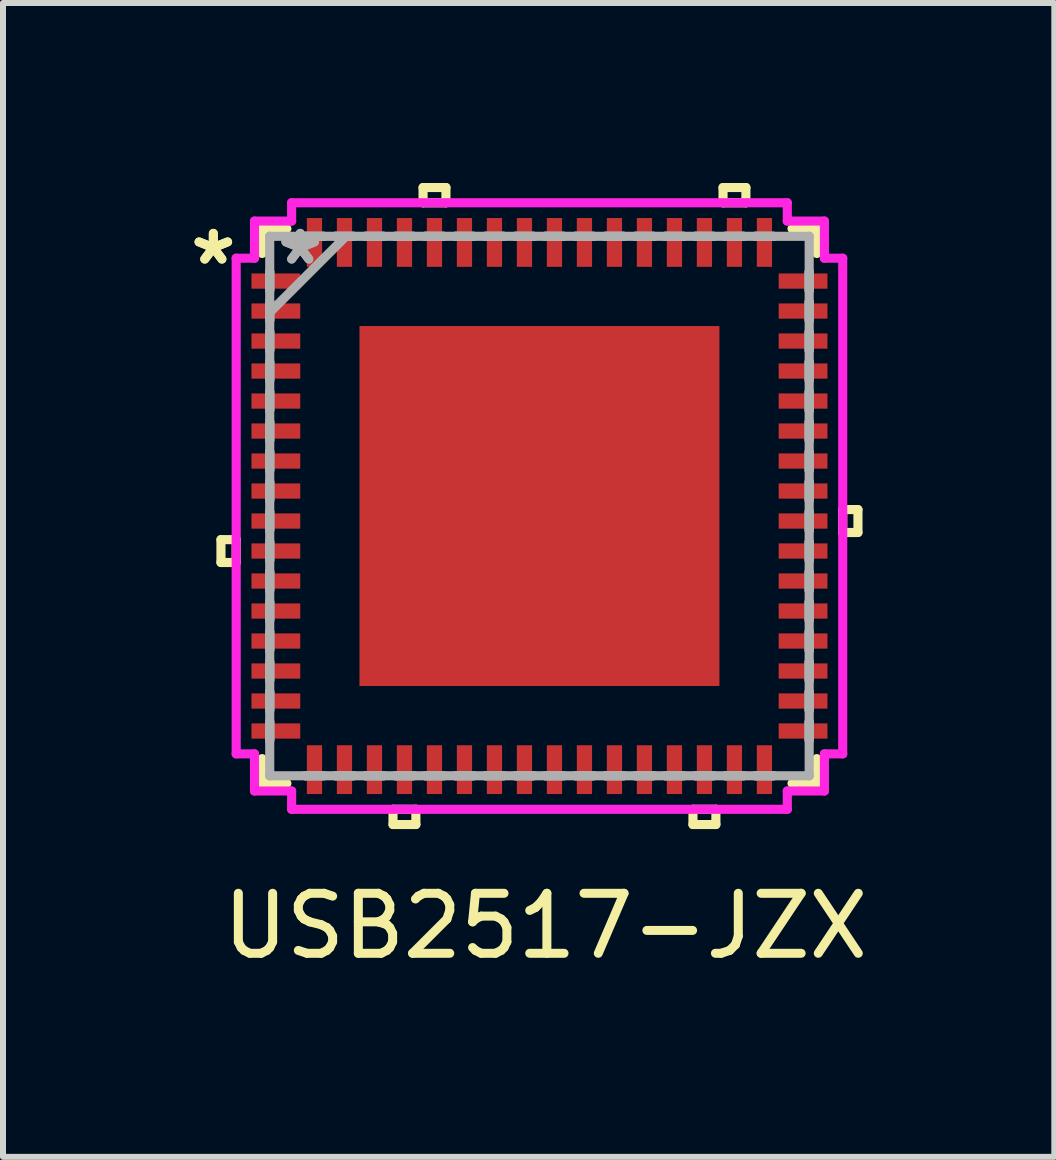
<source format=kicad_pcb>
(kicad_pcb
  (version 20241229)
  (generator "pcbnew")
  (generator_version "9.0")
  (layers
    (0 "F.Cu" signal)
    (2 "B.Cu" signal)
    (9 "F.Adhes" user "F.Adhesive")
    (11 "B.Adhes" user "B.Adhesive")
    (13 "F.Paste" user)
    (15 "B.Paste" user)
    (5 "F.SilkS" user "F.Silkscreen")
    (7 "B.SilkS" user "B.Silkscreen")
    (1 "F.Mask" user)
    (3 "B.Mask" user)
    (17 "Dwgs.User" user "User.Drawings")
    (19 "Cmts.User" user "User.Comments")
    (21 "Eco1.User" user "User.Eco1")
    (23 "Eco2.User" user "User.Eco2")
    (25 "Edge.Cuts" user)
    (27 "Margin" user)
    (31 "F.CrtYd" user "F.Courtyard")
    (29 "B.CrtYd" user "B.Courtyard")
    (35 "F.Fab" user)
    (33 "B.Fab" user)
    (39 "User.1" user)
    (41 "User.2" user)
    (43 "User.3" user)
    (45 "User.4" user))
  (footprint "USB2517-JZX"
    (layer "F.Cu")
    (at 5.942 5.385)
    (property "Reference" "USB2517-JZX" (at 0.1 7 0) (layer "F.SilkS") (effects (font (size 1 1) (thickness 0.15))))
    (attr through_hole)
    (fp_line (start -5.309 0.56) (end -5.309 0.941) (stroke (width 0.152) (type solid)) (layer "F.SilkS"))
    (fp_line (start -5.309 0.941) (end -5.055 0.941) (stroke (width 0.152) (type solid)) (layer "F.SilkS"))
    (fp_line (start -5.055 0.56) (end -5.309 0.56) (stroke (width 0.152) (type solid)) (layer "F.SilkS"))
    (fp_line (start -5.055 0.941) (end -5.055 0.56) (stroke (width 0.152) (type solid)) (layer "F.SilkS"))
    (fp_line (start -4.623 -4.623) (end -4.623 -4.21) (stroke (width 0.152) (type solid)) (layer "F.SilkS"))
    (fp_line (start -4.623 4.21) (end -4.623 4.623) (stroke (width 0.152) (type solid)) (layer "F.SilkS"))
    (fp_line (start -4.623 4.623) (end -4.21 4.623) (stroke (width 0.152) (type solid)) (layer "F.SilkS"))
    (fp_line (start -4.21 -4.623) (end -4.623 -4.623) (stroke (width 0.152) (type solid)) (layer "F.SilkS"))
    (fp_line (start -2.441 5.055) (end -2.441 5.309) (stroke (width 0.152) (type solid)) (layer "F.SilkS"))
    (fp_line (start -2.441 5.309) (end -2.06 5.309) (stroke (width 0.152) (type solid)) (layer "F.SilkS"))
    (fp_line (start -2.06 5.055) (end -2.441 5.055) (stroke (width 0.152) (type solid)) (layer "F.SilkS"))
    (fp_line (start -2.06 5.309) (end -2.06 5.055) (stroke (width 0.152) (type solid)) (layer "F.SilkS"))
    (fp_line (start -1.94 -5.309) (end -1.559 -5.309) (stroke (width 0.152) (type solid)) (layer "F.SilkS"))
    (fp_line (start -1.94 -5.055) (end -1.94 -5.309) (stroke (width 0.152) (type solid)) (layer "F.SilkS"))
    (fp_line (start -1.559 -5.309) (end -1.559 -5.055) (stroke (width 0.152) (type solid)) (layer "F.SilkS"))
    (fp_line (start -1.559 -5.055) (end -1.94 -5.055) (stroke (width 0.152) (type solid)) (layer "F.SilkS"))
    (fp_line (start 2.559 5.055) (end 2.559 5.309) (stroke (width 0.152) (type solid)) (layer "F.SilkS"))
    (fp_line (start 2.559 5.309) (end 2.941 5.309) (stroke (width 0.152) (type solid)) (layer "F.SilkS"))
    (fp_line (start 2.941 5.055) (end 2.559 5.055) (stroke (width 0.152) (type solid)) (layer "F.SilkS"))
    (fp_line (start 2.941 5.309) (end 2.941 5.055) (stroke (width 0.152) (type solid)) (layer "F.SilkS"))
    (fp_line (start 3.06 -5.309) (end 3.441 -5.309) (stroke (width 0.152) (type solid)) (layer "F.SilkS"))
    (fp_line (start 3.06 -5.055) (end 3.06 -5.309) (stroke (width 0.152) (type solid)) (layer "F.SilkS"))
    (fp_line (start 3.441 -5.309) (end 3.441 -5.055) (stroke (width 0.152) (type solid)) (layer "F.SilkS"))
    (fp_line (start 3.441 -5.055) (end 3.06 -5.055) (stroke (width 0.152) (type solid)) (layer "F.SilkS"))
    (fp_line (start 4.21 4.623) (end 4.623 4.623) (stroke (width 0.152) (type solid)) (layer "F.SilkS"))
    (fp_line (start 4.623 -4.623) (end 4.21 -4.623) (stroke (width 0.152) (type solid)) (layer "F.SilkS"))
    (fp_line (start 4.623 -4.21) (end 4.623 -4.623) (stroke (width 0.152) (type solid)) (layer "F.SilkS"))
    (fp_line (start 4.623 4.623) (end 4.623 4.21) (stroke (width 0.152) (type solid)) (layer "F.SilkS"))
    (fp_line (start 5.055 0.059) (end 5.309 0.059) (stroke (width 0.152) (type solid)) (layer "F.SilkS"))
    (fp_line (start 5.055 0.441) (end 5.055 0.059) (stroke (width 0.152) (type solid)) (layer "F.SilkS"))
    (fp_line (start 5.309 0.059) (end 5.309 0.441) (stroke (width 0.152) (type solid)) (layer "F.SilkS"))
    (fp_line (start 5.309 0.441) (end 5.055 0.441) (stroke (width 0.152) (type solid)) (layer "F.SilkS"))
    (fp_poly (pts (xy -1.2 -0.2) (xy -2.6 -0.2) (xy -2.6 -2.6) (xy -1.2 -2.6)) (stroke (width 0.1) (type solid)) (fill yes) (layer "F.Paste"))
    (fp_poly (pts (xy -1.2 2.6) (xy -2.6 2.6) (xy -2.6 0.2) (xy -1.2 0.2)) (stroke (width 0.1) (type solid)) (fill yes) (layer "F.Paste"))
    (fp_poly (pts (xy 0.6 -0.2) (xy -0.6 -0.2) (xy -0.6 -2.6) (xy 0.6 -2.6)) (stroke (width 0.1) (type solid)) (fill yes) (layer "F.Paste"))
    (fp_poly (pts (xy 0.6 2.6) (xy -0.6 2.6) (xy -0.6 0.2) (xy 0.6 0.2)) (stroke (width 0.1) (type solid)) (fill yes) (layer "F.Paste"))
    (fp_poly (pts (xy 2.6 -0.2) (xy 1.2 -0.2) (xy 1.2 -2.6) (xy 2.6 -2.6)) (stroke (width 0.1) (type solid)) (fill yes) (layer "F.Paste"))
    (fp_poly (pts (xy 2.6 2.6) (xy 1.2 2.6) (xy 1.2 0.2) (xy 2.6 0.2)) (stroke (width 0.1) (type solid)) (fill yes) (layer "F.Paste"))
    (fp_line (start -5.055 -4.131) (end -4.75 -4.131) (stroke (width 0.152) (type solid)) (layer "F.CrtYd"))
    (fp_line (start -5.055 4.131) (end -5.055 -4.131) (stroke (width 0.152) (type solid)) (layer "F.CrtYd"))
    (fp_line (start -4.75 -4.75) (end -4.131 -4.75) (stroke (width 0.152) (type solid)) (layer "F.CrtYd"))
    (fp_line (start -4.75 -4.131) (end -4.75 -4.75) (stroke (width 0.152) (type solid)) (layer "F.CrtYd"))
    (fp_line (start -4.75 4.131) (end -5.055 4.131) (stroke (width 0.152) (type solid)) (layer "F.CrtYd"))
    (fp_line (start -4.75 4.75) (end -4.75 4.131) (stroke (width 0.152) (type solid)) (layer "F.CrtYd"))
    (fp_line (start -4.131 -5.055) (end 4.131 -5.055) (stroke (width 0.152) (type solid)) (layer "F.CrtYd"))
    (fp_line (start -4.131 -4.75) (end -4.131 -5.055) (stroke (width 0.152) (type solid)) (layer "F.CrtYd"))
    (fp_line (start -4.131 4.75) (end -4.75 4.75) (stroke (width 0.152) (type solid)) (layer "F.CrtYd"))
    (fp_line (start -4.131 5.055) (end -4.131 4.75) (stroke (width 0.152) (type solid)) (layer "F.CrtYd"))
    (fp_line (start 4.131 -5.055) (end 4.131 -4.75) (stroke (width 0.152) (type solid)) (layer "F.CrtYd"))
    (fp_line (start 4.131 -4.75) (end 4.75 -4.75) (stroke (width 0.152) (type solid)) (layer "F.CrtYd"))
    (fp_line (start 4.131 4.75) (end 4.131 5.055) (stroke (width 0.152) (type solid)) (layer "F.CrtYd"))
    (fp_line (start 4.131 5.055) (end -4.131 5.055) (stroke (width 0.152) (type solid)) (layer "F.CrtYd"))
    (fp_line (start 4.75 -4.75) (end 4.75 -4.131) (stroke (width 0.152) (type solid)) (layer "F.CrtYd"))
    (fp_line (start 4.75 -4.131) (end 5.055 -4.131) (stroke (width 0.152) (type solid)) (layer "F.CrtYd"))
    (fp_line (start 4.75 4.131) (end 4.75 4.75) (stroke (width 0.152) (type solid)) (layer "F.CrtYd"))
    (fp_line (start 4.75 4.75) (end 4.131 4.75) (stroke (width 0.152) (type solid)) (layer "F.CrtYd"))
    (fp_line (start 5.055 -4.131) (end 5.055 4.131) (stroke (width 0.152) (type solid)) (layer "F.CrtYd"))
    (fp_line (start 5.055 4.131) (end 4.75 4.131) (stroke (width 0.152) (type solid)) (layer "F.CrtYd"))
    (fp_line (start -4.496 -4.496) (end -4.496 -4.496) (stroke (width 0.152) (type solid)) (layer "F.Fab"))
    (fp_line (start -4.496 -4.496) (end -4.496 4.496) (stroke (width 0.152) (type solid)) (layer "F.Fab"))
    (fp_line (start -4.496 -3.902) (end -4.496 -3.902) (stroke (width 0.152) (type solid)) (layer "F.Fab"))
    (fp_line (start -4.496 -3.902) (end -4.496 -3.598) (stroke (width 0.152) (type solid)) (layer "F.Fab"))
    (fp_line (start -4.496 -3.598) (end -4.496 -3.902) (stroke (width 0.152) (type solid)) (layer "F.Fab"))
    (fp_line (start -4.496 -3.598) (end -4.496 -3.598) (stroke (width 0.152) (type solid)) (layer "F.Fab"))
    (fp_line (start -4.496 -3.402) (end -4.496 -3.402) (stroke (width 0.152) (type solid)) (layer "F.Fab"))
    (fp_line (start -4.496 -3.402) (end -4.496 -3.098) (stroke (width 0.152) (type solid)) (layer "F.Fab"))
    (fp_line (start -4.496 -3.226) (end -3.226 -4.496) (stroke (width 0.152) (type solid)) (layer "F.Fab"))
    (fp_line (start -4.496 -3.098) (end -4.496 -3.402) (stroke (width 0.152) (type solid)) (layer "F.Fab"))
    (fp_line (start -4.496 -3.098) (end -4.496 -3.098) (stroke (width 0.152) (type solid)) (layer "F.Fab"))
    (fp_line (start -4.496 -2.902) (end -4.496 -2.902) (stroke (width 0.152) (type solid)) (layer "F.Fab"))
    (fp_line (start -4.496 -2.902) (end -4.496 -2.598) (stroke (width 0.152) (type solid)) (layer "F.Fab"))
    (fp_line (start -4.496 -2.598) (end -4.496 -2.902) (stroke (width 0.152) (type solid)) (layer "F.Fab"))
    (fp_line (start -4.496 -2.598) (end -4.496 -2.598) (stroke (width 0.152) (type solid)) (layer "F.Fab"))
    (fp_line (start -4.496 -2.402) (end -4.496 -2.402) (stroke (width 0.152) (type solid)) (layer "F.Fab"))
    (fp_line (start -4.496 -2.402) (end -4.496 -2.098) (stroke (width 0.152) (type solid)) (layer "F.Fab"))
    (fp_line (start -4.496 -2.098) (end -4.496 -2.402) (stroke (width 0.152) (type solid)) (layer "F.Fab"))
    (fp_line (start -4.496 -2.098) (end -4.496 -2.098) (stroke (width 0.152) (type solid)) (layer "F.Fab"))
    (fp_line (start -4.496 -1.902) (end -4.496 -1.902) (stroke (width 0.152) (type solid)) (layer "F.Fab"))
    (fp_line (start -4.496 -1.902) (end -4.496 -1.598) (stroke (width 0.152) (type solid)) (layer "F.Fab"))
    (fp_line (start -4.496 -1.598) (end -4.496 -1.902) (stroke (width 0.152) (type solid)) (layer "F.Fab"))
    (fp_line (start -4.496 -1.598) (end -4.496 -1.598) (stroke (width 0.152) (type solid)) (layer "F.Fab"))
    (fp_line (start -4.496 -1.402) (end -4.496 -1.402) (stroke (width 0.152) (type solid)) (layer "F.Fab"))
    (fp_line (start -4.496 -1.402) (end -4.496 -1.098) (stroke (width 0.152) (type solid)) (layer "F.Fab"))
    (fp_line (start -4.496 -1.098) (end -4.496 -1.402) (stroke (width 0.152) (type solid)) (layer "F.Fab"))
    (fp_line (start -4.496 -1.098) (end -4.496 -1.098) (stroke (width 0.152) (type solid)) (layer "F.Fab"))
    (fp_line (start -4.496 -0.902) (end -4.496 -0.902) (stroke (width 0.152) (type solid)) (layer "F.Fab"))
    (fp_line (start -4.496 -0.902) (end -4.496 -0.598) (stroke (width 0.152) (type solid)) (layer "F.Fab"))
    (fp_line (start -4.496 -0.598) (end -4.496 -0.902) (stroke (width 0.152) (type solid)) (layer "F.Fab"))
    (fp_line (start -4.496 -0.598) (end -4.496 -0.598) (stroke (width 0.152) (type solid)) (layer "F.Fab"))
    (fp_line (start -4.496 -0.402) (end -4.496 -0.402) (stroke (width 0.152) (type solid)) (layer "F.Fab"))
    (fp_line (start -4.496 -0.402) (end -4.496 -0.098) (stroke (width 0.152) (type solid)) (layer "F.Fab"))
    (fp_line (start -4.496 -0.098) (end -4.496 -0.402) (stroke (width 0.152) (type solid)) (layer "F.Fab"))
    (fp_line (start -4.496 -0.098) (end -4.496 -0.098) (stroke (width 0.152) (type solid)) (layer "F.Fab"))
    (fp_line (start -4.496 0.098) (end -4.496 0.098) (stroke (width 0.152) (type solid)) (layer "F.Fab"))
    (fp_line (start -4.496 0.098) (end -4.496 0.402) (stroke (width 0.152) (type solid)) (layer "F.Fab"))
    (fp_line (start -4.496 0.402) (end -4.496 0.098) (stroke (width 0.152) (type solid)) (layer "F.Fab"))
    (fp_line (start -4.496 0.402) (end -4.496 0.402) (stroke (width 0.152) (type solid)) (layer "F.Fab"))
    (fp_line (start -4.496 0.598) (end -4.496 0.598) (stroke (width 0.152) (type solid)) (layer "F.Fab"))
    (fp_line (start -4.496 0.598) (end -4.496 0.902) (stroke (width 0.152) (type solid)) (layer "F.Fab"))
    (fp_line (start -4.496 0.902) (end -4.496 0.598) (stroke (width 0.152) (type solid)) (layer "F.Fab"))
    (fp_line (start -4.496 0.902) (end -4.496 0.902) (stroke (width 0.152) (type solid)) (layer "F.Fab"))
    (fp_line (start -4.496 1.098) (end -4.496 1.098) (stroke (width 0.152) (type solid)) (layer "F.Fab"))
    (fp_line (start -4.496 1.098) (end -4.496 1.402) (stroke (width 0.152) (type solid)) (layer "F.Fab"))
    (fp_line (start -4.496 1.402) (end -4.496 1.098) (stroke (width 0.152) (type solid)) (layer "F.Fab"))
    (fp_line (start -4.496 1.402) (end -4.496 1.402) (stroke (width 0.152) (type solid)) (layer "F.Fab"))
    (fp_line (start -4.496 1.598) (end -4.496 1.598) (stroke (width 0.152) (type solid)) (layer "F.Fab"))
    (fp_line (start -4.496 1.598) (end -4.496 1.902) (stroke (width 0.152) (type solid)) (layer "F.Fab"))
    (fp_line (start -4.496 1.902) (end -4.496 1.598) (stroke (width 0.152) (type solid)) (layer "F.Fab"))
    (fp_line (start -4.496 1.902) (end -4.496 1.902) (stroke (width 0.152) (type solid)) (layer "F.Fab"))
    (fp_line (start -4.496 2.098) (end -4.496 2.098) (stroke (width 0.152) (type solid)) (layer "F.Fab"))
    (fp_line (start -4.496 2.098) (end -4.496 2.402) (stroke (width 0.152) (type solid)) (layer "F.Fab"))
    (fp_line (start -4.496 2.402) (end -4.496 2.098) (stroke (width 0.152) (type solid)) (layer "F.Fab"))
    (fp_line (start -4.496 2.402) (end -4.496 2.402) (stroke (width 0.152) (type solid)) (layer "F.Fab"))
    (fp_line (start -4.496 2.598) (end -4.496 2.598) (stroke (width 0.152) (type solid)) (layer "F.Fab"))
    (fp_line (start -4.496 2.598) (end -4.496 2.902) (stroke (width 0.152) (type solid)) (layer "F.Fab"))
    (fp_line (start -4.496 2.902) (end -4.496 2.598) (stroke (width 0.152) (type solid)) (layer "F.Fab"))
    (fp_line (start -4.496 2.902) (end -4.496 2.902) (stroke (width 0.152) (type solid)) (layer "F.Fab"))
    (fp_line (start -4.496 3.098) (end -4.496 3.098) (stroke (width 0.152) (type solid)) (layer "F.Fab"))
    (fp_line (start -4.496 3.098) (end -4.496 3.402) (stroke (width 0.152) (type solid)) (layer "F.Fab"))
    (fp_line (start -4.496 3.402) (end -4.496 3.098) (stroke (width 0.152) (type solid)) (layer "F.Fab"))
    (fp_line (start -4.496 3.402) (end -4.496 3.402) (stroke (width 0.152) (type solid)) (layer "F.Fab"))
    (fp_line (start -4.496 3.598) (end -4.496 3.598) (stroke (width 0.152) (type solid)) (layer "F.Fab"))
    (fp_line (start -4.496 3.598) (end -4.496 3.902) (stroke (width 0.152) (type solid)) (layer "F.Fab"))
    (fp_line (start -4.496 3.902) (end -4.496 3.598) (stroke (width 0.152) (type solid)) (layer "F.Fab"))
    (fp_line (start -4.496 3.902) (end -4.496 3.902) (stroke (width 0.152) (type solid)) (layer "F.Fab"))
    (fp_line (start -4.496 4.496) (end -4.496 4.496) (stroke (width 0.152) (type solid)) (layer "F.Fab"))
    (fp_line (start -4.496 4.496) (end 4.496 4.496) (stroke (width 0.152) (type solid)) (layer "F.Fab"))
    (fp_line (start -3.902 -4.496) (end -3.902 -4.496) (stroke (width 0.152) (type solid)) (layer "F.Fab"))
    (fp_line (start -3.902 -4.496) (end -3.598 -4.496) (stroke (width 0.152) (type solid)) (layer "F.Fab"))
    (fp_line (start -3.902 4.496) (end -3.902 4.496) (stroke (width 0.152) (type solid)) (layer "F.Fab"))
    (fp_line (start -3.902 4.496) (end -3.598 4.496) (stroke (width 0.152) (type solid)) (layer "F.Fab"))
    (fp_line (start -3.598 -4.496) (end -3.902 -4.496) (stroke (width 0.152) (type solid)) (layer "F.Fab"))
    (fp_line (start -3.598 -4.496) (end -3.598 -4.496) (stroke (width 0.152) (type solid)) (layer "F.Fab"))
    (fp_line (start -3.598 4.496) (end -3.902 4.496) (stroke (width 0.152) (type solid)) (layer "F.Fab"))
    (fp_line (start -3.598 4.496) (end -3.598 4.496) (stroke (width 0.152) (type solid)) (layer "F.Fab"))
    (fp_line (start -3.402 -4.496) (end -3.402 -4.496) (stroke (width 0.152) (type solid)) (layer "F.Fab"))
    (fp_line (start -3.402 -4.496) (end -3.098 -4.496) (stroke (width 0.152) (type solid)) (layer "F.Fab"))
    (fp_line (start -3.402 4.496) (end -3.402 4.496) (stroke (width 0.152) (type solid)) (layer "F.Fab"))
    (fp_line (start -3.402 4.496) (end -3.098 4.496) (stroke (width 0.152) (type solid)) (layer "F.Fab"))
    (fp_line (start -3.098 -4.496) (end -3.402 -4.496) (stroke (width 0.152) (type solid)) (layer "F.Fab"))
    (fp_line (start -3.098 -4.496) (end -3.098 -4.496) (stroke (width 0.152) (type solid)) (layer "F.Fab"))
    (fp_line (start -3.098 4.496) (end -3.402 4.496) (stroke (width 0.152) (type solid)) (layer "F.Fab"))
    (fp_line (start -3.098 4.496) (end -3.098 4.496) (stroke (width 0.152) (type solid)) (layer "F.Fab"))
    (fp_line (start -2.902 -4.496) (end -2.902 -4.496) (stroke (width 0.152) (type solid)) (layer "F.Fab"))
    (fp_line (start -2.902 -4.496) (end -2.598 -4.496) (stroke (width 0.152) (type solid)) (layer "F.Fab"))
    (fp_line (start -2.902 4.496) (end -2.902 4.496) (stroke (width 0.152) (type solid)) (layer "F.Fab"))
    (fp_line (start -2.902 4.496) (end -2.598 4.496) (stroke (width 0.152) (type solid)) (layer "F.Fab"))
    (fp_line (start -2.598 -4.496) (end -2.902 -4.496) (stroke (width 0.152) (type solid)) (layer "F.Fab"))
    (fp_line (start -2.598 -4.496) (end -2.598 -4.496) (stroke (width 0.152) (type solid)) (layer "F.Fab"))
    (fp_line (start -2.598 4.496) (end -2.902 4.496) (stroke (width 0.152) (type solid)) (layer "F.Fab"))
    (fp_line (start -2.598 4.496) (end -2.598 4.496) (stroke (width 0.152) (type solid)) (layer "F.Fab"))
    (fp_line (start -2.402 -4.496) (end -2.402 -4.496) (stroke (width 0.152) (type solid)) (layer "F.Fab"))
    (fp_line (start -2.402 -4.496) (end -2.098 -4.496) (stroke (width 0.152) (type solid)) (layer "F.Fab"))
    (fp_line (start -2.402 4.496) (end -2.402 4.496) (stroke (width 0.152) (type solid)) (layer "F.Fab"))
    (fp_line (start -2.402 4.496) (end -2.098 4.496) (stroke (width 0.152) (type solid)) (layer "F.Fab"))
    (fp_line (start -2.098 -4.496) (end -2.402 -4.496) (stroke (width 0.152) (type solid)) (layer "F.Fab"))
    (fp_line (start -2.098 -4.496) (end -2.098 -4.496) (stroke (width 0.152) (type solid)) (layer "F.Fab"))
    (fp_line (start -2.098 4.496) (end -2.402 4.496) (stroke (width 0.152) (type solid)) (layer "F.Fab"))
    (fp_line (start -2.098 4.496) (end -2.098 4.496) (stroke (width 0.152) (type solid)) (layer "F.Fab"))
    (fp_line (start -1.902 -4.496) (end -1.902 -4.496) (stroke (width 0.152) (type solid)) (layer "F.Fab"))
    (fp_line (start -1.902 -4.496) (end -1.598 -4.496) (stroke (width 0.152) (type solid)) (layer "F.Fab"))
    (fp_line (start -1.902 4.496) (end -1.902 4.496) (stroke (width 0.152) (type solid)) (layer "F.Fab"))
    (fp_line (start -1.902 4.496) (end -1.598 4.496) (stroke (width 0.152) (type solid)) (layer "F.Fab"))
    (fp_line (start -1.598 -4.496) (end -1.902 -4.496) (stroke (width 0.152) (type solid)) (layer "F.Fab"))
    (fp_line (start -1.598 -4.496) (end -1.598 -4.496) (stroke (width 0.152) (type solid)) (layer "F.Fab"))
    (fp_line (start -1.598 4.496) (end -1.902 4.496) (stroke (width 0.152) (type solid)) (layer "F.Fab"))
    (fp_line (start -1.598 4.496) (end -1.598 4.496) (stroke (width 0.152) (type solid)) (layer "F.Fab"))
    (fp_line (start -1.402 -4.496) (end -1.402 -4.496) (stroke (width 0.152) (type solid)) (layer "F.Fab"))
    (fp_line (start -1.402 -4.496) (end -1.098 -4.496) (stroke (width 0.152) (type solid)) (layer "F.Fab"))
    (fp_line (start -1.402 4.496) (end -1.402 4.496) (stroke (width 0.152) (type solid)) (layer "F.Fab"))
    (fp_line (start -1.402 4.496) (end -1.098 4.496) (stroke (width 0.152) (type solid)) (layer "F.Fab"))
    (fp_line (start -1.098 -4.496) (end -1.402 -4.496) (stroke (width 0.152) (type solid)) (layer "F.Fab"))
    (fp_line (start -1.098 -4.496) (end -1.098 -4.496) (stroke (width 0.152) (type solid)) (layer "F.Fab"))
    (fp_line (start -1.098 4.496) (end -1.402 4.496) (stroke (width 0.152) (type solid)) (layer "F.Fab"))
    (fp_line (start -1.098 4.496) (end -1.098 4.496) (stroke (width 0.152) (type solid)) (layer "F.Fab"))
    (fp_line (start -0.902 -4.496) (end -0.902 -4.496) (stroke (width 0.152) (type solid)) (layer "F.Fab"))
    (fp_line (start -0.902 -4.496) (end -0.598 -4.496) (stroke (width 0.152) (type solid)) (layer "F.Fab"))
    (fp_line (start -0.902 4.496) (end -0.902 4.496) (stroke (width 0.152) (type solid)) (layer "F.Fab"))
    (fp_line (start -0.902 4.496) (end -0.598 4.496) (stroke (width 0.152) (type solid)) (layer "F.Fab"))
    (fp_line (start -0.598 -4.496) (end -0.902 -4.496) (stroke (width 0.152) (type solid)) (layer "F.Fab"))
    (fp_line (start -0.598 -4.496) (end -0.598 -4.496) (stroke (width 0.152) (type solid)) (layer "F.Fab"))
    (fp_line (start -0.598 4.496) (end -0.902 4.496) (stroke (width 0.152) (type solid)) (layer "F.Fab"))
    (fp_line (start -0.598 4.496) (end -0.598 4.496) (stroke (width 0.152) (type solid)) (layer "F.Fab"))
    (fp_line (start -0.402 -4.496) (end -0.402 -4.496) (stroke (width 0.152) (type solid)) (layer "F.Fab"))
    (fp_line (start -0.402 -4.496) (end -0.098 -4.496) (stroke (width 0.152) (type solid)) (layer "F.Fab"))
    (fp_line (start -0.402 4.496) (end -0.402 4.496) (stroke (width 0.152) (type solid)) (layer "F.Fab"))
    (fp_line (start -0.402 4.496) (end -0.098 4.496) (stroke (width 0.152) (type solid)) (layer "F.Fab"))
    (fp_line (start -0.098 -4.496) (end -0.402 -4.496) (stroke (width 0.152) (type solid)) (layer "F.Fab"))
    (fp_line (start -0.098 -4.496) (end -0.098 -4.496) (stroke (width 0.152) (type solid)) (layer "F.Fab"))
    (fp_line (start -0.098 4.496) (end -0.402 4.496) (stroke (width 0.152) (type solid)) (layer "F.Fab"))
    (fp_line (start -0.098 4.496) (end -0.098 4.496) (stroke (width 0.152) (type solid)) (layer "F.Fab"))
    (fp_line (start 0.098 -4.496) (end 0.098 -4.496) (stroke (width 0.152) (type solid)) (layer "F.Fab"))
    (fp_line (start 0.098 -4.496) (end 0.402 -4.496) (stroke (width 0.152) (type solid)) (layer "F.Fab"))
    (fp_line (start 0.098 4.496) (end 0.098 4.496) (stroke (width 0.152) (type solid)) (layer "F.Fab"))
    (fp_line (start 0.098 4.496) (end 0.402 4.496) (stroke (width 0.152) (type solid)) (layer "F.Fab"))
    (fp_line (start 0.402 -4.496) (end 0.098 -4.496) (stroke (width 0.152) (type solid)) (layer "F.Fab"))
    (fp_line (start 0.402 -4.496) (end 0.402 -4.496) (stroke (width 0.152) (type solid)) (layer "F.Fab"))
    (fp_line (start 0.402 4.496) (end 0.098 4.496) (stroke (width 0.152) (type solid)) (layer "F.Fab"))
    (fp_line (start 0.402 4.496) (end 0.402 4.496) (stroke (width 0.152) (type solid)) (layer "F.Fab"))
    (fp_line (start 0.598 -4.496) (end 0.598 -4.496) (stroke (width 0.152) (type solid)) (layer "F.Fab"))
    (fp_line (start 0.598 -4.496) (end 0.902 -4.496) (stroke (width 0.152) (type solid)) (layer "F.Fab"))
    (fp_line (start 0.598 4.496) (end 0.598 4.496) (stroke (width 0.152) (type solid)) (layer "F.Fab"))
    (fp_line (start 0.598 4.496) (end 0.902 4.496) (stroke (width 0.152) (type solid)) (layer "F.Fab"))
    (fp_line (start 0.902 -4.496) (end 0.598 -4.496) (stroke (width 0.152) (type solid)) (layer "F.Fab"))
    (fp_line (start 0.902 -4.496) (end 0.902 -4.496) (stroke (width 0.152) (type solid)) (layer "F.Fab"))
    (fp_line (start 0.902 4.496) (end 0.598 4.496) (stroke (width 0.152) (type solid)) (layer "F.Fab"))
    (fp_line (start 0.902 4.496) (end 0.902 4.496) (stroke (width 0.152) (type solid)) (layer "F.Fab"))
    (fp_line (start 1.098 -4.496) (end 1.098 -4.496) (stroke (width 0.152) (type solid)) (layer "F.Fab"))
    (fp_line (start 1.098 -4.496) (end 1.402 -4.496) (stroke (width 0.152) (type solid)) (layer "F.Fab"))
    (fp_line (start 1.098 4.496) (end 1.098 4.496) (stroke (width 0.152) (type solid)) (layer "F.Fab"))
    (fp_line (start 1.098 4.496) (end 1.402 4.496) (stroke (width 0.152) (type solid)) (layer "F.Fab"))
    (fp_line (start 1.402 -4.496) (end 1.098 -4.496) (stroke (width 0.152) (type solid)) (layer "F.Fab"))
    (fp_line (start 1.402 -4.496) (end 1.402 -4.496) (stroke (width 0.152) (type solid)) (layer "F.Fab"))
    (fp_line (start 1.402 4.496) (end 1.098 4.496) (stroke (width 0.152) (type solid)) (layer "F.Fab"))
    (fp_line (start 1.402 4.496) (end 1.402 4.496) (stroke (width 0.152) (type solid)) (layer "F.Fab"))
    (fp_line (start 1.598 -4.496) (end 1.598 -4.496) (stroke (width 0.152) (type solid)) (layer "F.Fab"))
    (fp_line (start 1.598 -4.496) (end 1.902 -4.496) (stroke (width 0.152) (type solid)) (layer "F.Fab"))
    (fp_line (start 1.598 4.496) (end 1.598 4.496) (stroke (width 0.152) (type solid)) (layer "F.Fab"))
    (fp_line (start 1.598 4.496) (end 1.902 4.496) (stroke (width 0.152) (type solid)) (layer "F.Fab"))
    (fp_line (start 1.902 -4.496) (end 1.598 -4.496) (stroke (width 0.152) (type solid)) (layer "F.Fab"))
    (fp_line (start 1.902 -4.496) (end 1.902 -4.496) (stroke (width 0.152) (type solid)) (layer "F.Fab"))
    (fp_line (start 1.902 4.496) (end 1.598 4.496) (stroke (width 0.152) (type solid)) (layer "F.Fab"))
    (fp_line (start 1.902 4.496) (end 1.902 4.496) (stroke (width 0.152) (type solid)) (layer "F.Fab"))
    (fp_line (start 2.098 -4.496) (end 2.098 -4.496) (stroke (width 0.152) (type solid)) (layer "F.Fab"))
    (fp_line (start 2.098 -4.496) (end 2.402 -4.496) (stroke (width 0.152) (type solid)) (layer "F.Fab"))
    (fp_line (start 2.098 4.496) (end 2.098 4.496) (stroke (width 0.152) (type solid)) (layer "F.Fab"))
    (fp_line (start 2.098 4.496) (end 2.402 4.496) (stroke (width 0.152) (type solid)) (layer "F.Fab"))
    (fp_line (start 2.402 -4.496) (end 2.098 -4.496) (stroke (width 0.152) (type solid)) (layer "F.Fab"))
    (fp_line (start 2.402 -4.496) (end 2.402 -4.496) (stroke (width 0.152) (type solid)) (layer "F.Fab"))
    (fp_line (start 2.402 4.496) (end 2.098 4.496) (stroke (width 0.152) (type solid)) (layer "F.Fab"))
    (fp_line (start 2.402 4.496) (end 2.402 4.496) (stroke (width 0.152) (type solid)) (layer "F.Fab"))
    (fp_line (start 2.598 -4.496) (end 2.598 -4.496) (stroke (width 0.152) (type solid)) (layer "F.Fab"))
    (fp_line (start 2.598 -4.496) (end 2.902 -4.496) (stroke (width 0.152) (type solid)) (layer "F.Fab"))
    (fp_line (start 2.598 4.496) (end 2.598 4.496) (stroke (width 0.152) (type solid)) (layer "F.Fab"))
    (fp_line (start 2.598 4.496) (end 2.902 4.496) (stroke (width 0.152) (type solid)) (layer "F.Fab"))
    (fp_line (start 2.902 -4.496) (end 2.598 -4.496) (stroke (width 0.152) (type solid)) (layer "F.Fab"))
    (fp_line (start 2.902 -4.496) (end 2.902 -4.496) (stroke (width 0.152) (type solid)) (layer "F.Fab"))
    (fp_line (start 2.902 4.496) (end 2.598 4.496) (stroke (width 0.152) (type solid)) (layer "F.Fab"))
    (fp_line (start 2.902 4.496) (end 2.902 4.496) (stroke (width 0.152) (type solid)) (layer "F.Fab"))
    (fp_line (start 3.098 -4.496) (end 3.098 -4.496) (stroke (width 0.152) (type solid)) (layer "F.Fab"))
    (fp_line (start 3.098 -4.496) (end 3.402 -4.496) (stroke (width 0.152) (type solid)) (layer "F.Fab"))
    (fp_line (start 3.098 4.496) (end 3.098 4.496) (stroke (width 0.152) (type solid)) (layer "F.Fab"))
    (fp_line (start 3.098 4.496) (end 3.402 4.496) (stroke (width 0.152) (type solid)) (layer "F.Fab"))
    (fp_line (start 3.402 -4.496) (end 3.098 -4.496) (stroke (width 0.152) (type solid)) (layer "F.Fab"))
    (fp_line (start 3.402 -4.496) (end 3.402 -4.496) (stroke (width 0.152) (type solid)) (layer "F.Fab"))
    (fp_line (start 3.402 4.496) (end 3.098 4.496) (stroke (width 0.152) (type solid)) (layer "F.Fab"))
    (fp_line (start 3.402 4.496) (end 3.402 4.496) (stroke (width 0.152) (type solid)) (layer "F.Fab"))
    (fp_line (start 3.598 -4.496) (end 3.598 -4.496) (stroke (width 0.152) (type solid)) (layer "F.Fab"))
    (fp_line (start 3.598 -4.496) (end 3.902 -4.496) (stroke (width 0.152) (type solid)) (layer "F.Fab"))
    (fp_line (start 3.598 4.496) (end 3.598 4.496) (stroke (width 0.152) (type solid)) (layer "F.Fab"))
    (fp_line (start 3.598 4.496) (end 3.902 4.496) (stroke (width 0.152) (type solid)) (layer "F.Fab"))
    (fp_line (start 3.902 -4.496) (end 3.598 -4.496) (stroke (width 0.152) (type solid)) (layer "F.Fab"))
    (fp_line (start 3.902 -4.496) (end 3.902 -4.496) (stroke (width 0.152) (type solid)) (layer "F.Fab"))
    (fp_line (start 3.902 4.496) (end 3.598 4.496) (stroke (width 0.152) (type solid)) (layer "F.Fab"))
    (fp_line (start 3.902 4.496) (end 3.902 4.496) (stroke (width 0.152) (type solid)) (layer "F.Fab"))
    (fp_line (start 4.496 -4.496) (end -4.496 -4.496) (stroke (width 0.152) (type solid)) (layer "F.Fab"))
    (fp_line (start 4.496 -4.496) (end 4.496 -4.496) (stroke (width 0.152) (type solid)) (layer "F.Fab"))
    (fp_line (start 4.496 -3.902) (end 4.496 -3.902) (stroke (width 0.152) (type solid)) (layer "F.Fab"))
    (fp_line (start 4.496 -3.902) (end 4.496 -3.598) (stroke (width 0.152) (type solid)) (layer "F.Fab"))
    (fp_line (start 4.496 -3.598) (end 4.496 -3.902) (stroke (width 0.152) (type solid)) (layer "F.Fab"))
    (fp_line (start 4.496 -3.598) (end 4.496 -3.598) (stroke (width 0.152) (type solid)) (layer "F.Fab"))
    (fp_line (start 4.496 -3.402) (end 4.496 -3.402) (stroke (width 0.152) (type solid)) (layer "F.Fab"))
    (fp_line (start 4.496 -3.402) (end 4.496 -3.098) (stroke (width 0.152) (type solid)) (layer "F.Fab"))
    (fp_line (start 4.496 -3.098) (end 4.496 -3.402) (stroke (width 0.152) (type solid)) (layer "F.Fab"))
    (fp_line (start 4.496 -3.098) (end 4.496 -3.098) (stroke (width 0.152) (type solid)) (layer "F.Fab"))
    (fp_line (start 4.496 -2.902) (end 4.496 -2.902) (stroke (width 0.152) (type solid)) (layer "F.Fab"))
    (fp_line (start 4.496 -2.902) (end 4.496 -2.598) (stroke (width 0.152) (type solid)) (layer "F.Fab"))
    (fp_line (start 4.496 -2.598) (end 4.496 -2.902) (stroke (width 0.152) (type solid)) (layer "F.Fab"))
    (fp_line (start 4.496 -2.598) (end 4.496 -2.598) (stroke (width 0.152) (type solid)) (layer "F.Fab"))
    (fp_line (start 4.496 -2.402) (end 4.496 -2.402) (stroke (width 0.152) (type solid)) (layer "F.Fab"))
    (fp_line (start 4.496 -2.402) (end 4.496 -2.098) (stroke (width 0.152) (type solid)) (layer "F.Fab"))
    (fp_line (start 4.496 -2.098) (end 4.496 -2.402) (stroke (width 0.152) (type solid)) (layer "F.Fab"))
    (fp_line (start 4.496 -2.098) (end 4.496 -2.098) (stroke (width 0.152) (type solid)) (layer "F.Fab"))
    (fp_line (start 4.496 -1.902) (end 4.496 -1.902) (stroke (width 0.152) (type solid)) (layer "F.Fab"))
    (fp_line (start 4.496 -1.902) (end 4.496 -1.598) (stroke (width 0.152) (type solid)) (layer "F.Fab"))
    (fp_line (start 4.496 -1.598) (end 4.496 -1.902) (stroke (width 0.152) (type solid)) (layer "F.Fab"))
    (fp_line (start 4.496 -1.598) (end 4.496 -1.598) (stroke (width 0.152) (type solid)) (layer "F.Fab"))
    (fp_line (start 4.496 -1.402) (end 4.496 -1.402) (stroke (width 0.152) (type solid)) (layer "F.Fab"))
    (fp_line (start 4.496 -1.402) (end 4.496 -1.098) (stroke (width 0.152) (type solid)) (layer "F.Fab"))
    (fp_line (start 4.496 -1.098) (end 4.496 -1.402) (stroke (width 0.152) (type solid)) (layer "F.Fab"))
    (fp_line (start 4.496 -1.098) (end 4.496 -1.098) (stroke (width 0.152) (type solid)) (layer "F.Fab"))
    (fp_line (start 4.496 -0.902) (end 4.496 -0.902) (stroke (width 0.152) (type solid)) (layer "F.Fab"))
    (fp_line (start 4.496 -0.902) (end 4.496 -0.598) (stroke (width 0.152) (type solid)) (layer "F.Fab"))
    (fp_line (start 4.496 -0.598) (end 4.496 -0.902) (stroke (width 0.152) (type solid)) (layer "F.Fab"))
    (fp_line (start 4.496 -0.598) (end 4.496 -0.598) (stroke (width 0.152) (type solid)) (layer "F.Fab"))
    (fp_line (start 4.496 -0.402) (end 4.496 -0.402) (stroke (width 0.152) (type solid)) (layer "F.Fab"))
    (fp_line (start 4.496 -0.402) (end 4.496 -0.098) (stroke (width 0.152) (type solid)) (layer "F.Fab"))
    (fp_line (start 4.496 -0.098) (end 4.496 -0.402) (stroke (width 0.152) (type solid)) (layer "F.Fab"))
    (fp_line (start 4.496 -0.098) (end 4.496 -0.098) (stroke (width 0.152) (type solid)) (layer "F.Fab"))
    (fp_line (start 4.496 0.098) (end 4.496 0.098) (stroke (width 0.152) (type solid)) (layer "F.Fab"))
    (fp_line (start 4.496 0.098) (end 4.496 0.402) (stroke (width 0.152) (type solid)) (layer "F.Fab"))
    (fp_line (start 4.496 0.402) (end 4.496 0.098) (stroke (width 0.152) (type solid)) (layer "F.Fab"))
    (fp_line (start 4.496 0.402) (end 4.496 0.402) (stroke (width 0.152) (type solid)) (layer "F.Fab"))
    (fp_line (start 4.496 0.598) (end 4.496 0.598) (stroke (width 0.152) (type solid)) (layer "F.Fab"))
    (fp_line (start 4.496 0.598) (end 4.496 0.902) (stroke (width 0.152) (type solid)) (layer "F.Fab"))
    (fp_line (start 4.496 0.902) (end 4.496 0.598) (stroke (width 0.152) (type solid)) (layer "F.Fab"))
    (fp_line (start 4.496 0.902) (end 4.496 0.902) (stroke (width 0.152) (type solid)) (layer "F.Fab"))
    (fp_line (start 4.496 1.098) (end 4.496 1.098) (stroke (width 0.152) (type solid)) (layer "F.Fab"))
    (fp_line (start 4.496 1.098) (end 4.496 1.402) (stroke (width 0.152) (type solid)) (layer "F.Fab"))
    (fp_line (start 4.496 1.402) (end 4.496 1.098) (stroke (width 0.152) (type solid)) (layer "F.Fab"))
    (fp_line (start 4.496 1.402) (end 4.496 1.402) (stroke (width 0.152) (type solid)) (layer "F.Fab"))
    (fp_line (start 4.496 1.598) (end 4.496 1.598) (stroke (width 0.152) (type solid)) (layer "F.Fab"))
    (fp_line (start 4.496 1.598) (end 4.496 1.902) (stroke (width 0.152) (type solid)) (layer "F.Fab"))
    (fp_line (start 4.496 1.902) (end 4.496 1.598) (stroke (width 0.152) (type solid)) (layer "F.Fab"))
    (fp_line (start 4.496 1.902) (end 4.496 1.902) (stroke (width 0.152) (type solid)) (layer "F.Fab"))
    (fp_line (start 4.496 2.098) (end 4.496 2.098) (stroke (width 0.152) (type solid)) (layer "F.Fab"))
    (fp_line (start 4.496 2.098) (end 4.496 2.402) (stroke (width 0.152) (type solid)) (layer "F.Fab"))
    (fp_line (start 4.496 2.402) (end 4.496 2.098) (stroke (width 0.152) (type solid)) (layer "F.Fab"))
    (fp_line (start 4.496 2.402) (end 4.496 2.402) (stroke (width 0.152) (type solid)) (layer "F.Fab"))
    (fp_line (start 4.496 2.598) (end 4.496 2.598) (stroke (width 0.152) (type solid)) (layer "F.Fab"))
    (fp_line (start 4.496 2.598) (end 4.496 2.902) (stroke (width 0.152) (type solid)) (layer "F.Fab"))
    (fp_line (start 4.496 2.902) (end 4.496 2.598) (stroke (width 0.152) (type solid)) (layer "F.Fab"))
    (fp_line (start 4.496 2.902) (end 4.496 2.902) (stroke (width 0.152) (type solid)) (layer "F.Fab"))
    (fp_line (start 4.496 3.098) (end 4.496 3.098) (stroke (width 0.152) (type solid)) (layer "F.Fab"))
    (fp_line (start 4.496 3.098) (end 4.496 3.402) (stroke (width 0.152) (type solid)) (layer "F.Fab"))
    (fp_line (start 4.496 3.402) (end 4.496 3.098) (stroke (width 0.152) (type solid)) (layer "F.Fab"))
    (fp_line (start 4.496 3.402) (end 4.496 3.402) (stroke (width 0.152) (type solid)) (layer "F.Fab"))
    (fp_line (start 4.496 3.598) (end 4.496 3.598) (stroke (width 0.152) (type solid)) (layer "F.Fab"))
    (fp_line (start 4.496 3.598) (end 4.496 3.902) (stroke (width 0.152) (type solid)) (layer "F.Fab"))
    (fp_line (start 4.496 3.902) (end 4.496 3.598) (stroke (width 0.152) (type solid)) (layer "F.Fab"))
    (fp_line (start 4.496 3.902) (end 4.496 3.902) (stroke (width 0.152) (type solid)) (layer "F.Fab"))
    (fp_line (start 4.496 4.496) (end 4.496 -4.496) (stroke (width 0.152) (type solid)) (layer "F.Fab"))
    (fp_line (start 4.496 4.496) (end 4.496 4.496) (stroke (width 0.152) (type solid)) (layer "F.Fab"))
    (fp_text user "*" (at -5.436 -4 0) (layer "F.SilkS") (effects (font (size 1 1) (thickness 0.15))))
    (fp_text user "*" (at -5.436 -4 0) (layer "F.SilkS") (effects (font (size 1 1) (thickness 0.15))))
    (fp_text user "*" (at -3.988 -4 0) (layer "F.Fab") (effects (font (size 1 1) (thickness 0.15))))
    (fp_text user "*" (at -3.988 -4 0) (layer "F.Fab") (effects (font (size 1 1) (thickness 0.15))))
    (pad "1" smd rect (at -4.394 -3.75 90) (size 0.254 0.813) (layers "F.Cu" "F.Mask" "F.Paste"))
    (pad "2" smd rect (at -4.394 -3.25 90) (size 0.254 0.813) (layers "F.Cu" "F.Mask" "F.Paste"))
    (pad "3" smd rect (at -4.394 -2.75 90) (size 0.254 0.813) (layers "F.Cu" "F.Mask" "F.Paste"))
    (pad "4" smd rect (at -4.394 -2.25 90) (size 0.254 0.813) (layers "F.Cu" "F.Mask" "F.Paste"))
    (pad "5" smd rect (at -4.394 -1.75 90) (size 0.254 0.813) (layers "F.Cu" "F.Mask" "F.Paste"))
    (pad "6" smd rect (at -4.394 -1.25 90) (size 0.254 0.813) (layers "F.Cu" "F.Mask" "F.Paste"))
    (pad "7" smd rect (at -4.394 -0.75 90) (size 0.254 0.813) (layers "F.Cu" "F.Mask" "F.Paste"))
    (pad "8" smd rect (at -4.394 -0.25 90) (size 0.254 0.813) (layers "F.Cu" "F.Mask" "F.Paste"))
    (pad "9" smd rect (at -4.394 0.25 90) (size 0.254 0.813) (layers "F.Cu" "F.Mask" "F.Paste"))
    (pad "10" smd rect (at -4.394 0.75 90) (size 0.254 0.813) (layers "F.Cu" "F.Mask" "F.Paste"))
    (pad "11" smd rect (at -4.394 1.25 90) (size 0.254 0.813) (layers "F.Cu" "F.Mask" "F.Paste"))
    (pad "12" smd rect (at -4.394 1.75 90) (size 0.254 0.813) (layers "F.Cu" "F.Mask" "F.Paste"))
    (pad "13" smd rect (at -4.394 2.25 90) (size 0.254 0.813) (layers "F.Cu" "F.Mask" "F.Paste"))
    (pad "14" smd rect (at -4.394 2.75 90) (size 0.254 0.813) (layers "F.Cu" "F.Mask" "F.Paste"))
    (pad "15" smd rect (at -4.394 3.25 90) (size 0.254 0.813) (layers "F.Cu" "F.Mask" "F.Paste"))
    (pad "16" smd rect (at -4.394 3.75 90) (size 0.254 0.813) (layers "F.Cu" "F.Mask" "F.Paste"))
    (pad "17" smd rect (at -3.75 4.394) (size 0.254 0.813) (layers "F.Cu" "F.Mask" "F.Paste"))
    (pad "18" smd rect (at -3.25 4.394) (size 0.254 0.813) (layers "F.Cu" "F.Mask" "F.Paste"))
    (pad "19" smd rect (at -2.75 4.394) (size 0.254 0.813) (layers "F.Cu" "F.Mask" "F.Paste"))
    (pad "20" smd rect (at -2.25 4.394) (size 0.254 0.813) (layers "F.Cu" "F.Mask" "F.Paste"))
    (pad "21" smd rect (at -1.75 4.394) (size 0.254 0.813) (layers "F.Cu" "F.Mask" "F.Paste"))
    (pad "22" smd rect (at -1.25 4.394) (size 0.254 0.813) (layers "F.Cu" "F.Mask" "F.Paste"))
    (pad "23" smd rect (at -0.75 4.394) (size 0.254 0.813) (layers "F.Cu" "F.Mask" "F.Paste"))
    (pad "24" smd rect (at -0.25 4.394) (size 0.254 0.813) (layers "F.Cu" "F.Mask" "F.Paste"))
    (pad "25" smd rect (at 0.25 4.394) (size 0.254 0.813) (layers "F.Cu" "F.Mask" "F.Paste"))
    (pad "26" smd rect (at 0.75 4.394) (size 0.254 0.813) (layers "F.Cu" "F.Mask" "F.Paste"))
    (pad "27" smd rect (at 1.25 4.394) (size 0.254 0.813) (layers "F.Cu" "F.Mask" "F.Paste"))
    (pad "28" smd rect (at 1.75 4.394) (size 0.254 0.813) (layers "F.Cu" "F.Mask" "F.Paste"))
    (pad "29" smd rect (at 2.25 4.394) (size 0.254 0.813) (layers "F.Cu" "F.Mask" "F.Paste"))
    (pad "30" smd rect (at 2.75 4.394) (size 0.254 0.813) (layers "F.Cu" "F.Mask" "F.Paste"))
    (pad "31" smd rect (at 3.25 4.394) (size 0.254 0.813) (layers "F.Cu" "F.Mask" "F.Paste"))
    (pad "32" smd rect (at 3.75 4.394) (size 0.254 0.813) (layers "F.Cu" "F.Mask" "F.Paste"))
    (pad "33" smd rect (at 4.394 3.75 90) (size 0.254 0.813) (layers "F.Cu" "F.Mask" "F.Paste"))
    (pad "34" smd rect (at 4.394 3.25 90) (size 0.254 0.813) (layers "F.Cu" "F.Mask" "F.Paste"))
    (pad "35" smd rect (at 4.394 2.75 90) (size 0.254 0.813) (layers "F.Cu" "F.Mask" "F.Paste"))
    (pad "36" smd rect (at 4.394 2.25 90) (size 0.254 0.813) (layers "F.Cu" "F.Mask" "F.Paste"))
    (pad "37" smd rect (at 4.394 1.75 90) (size 0.254 0.813) (layers "F.Cu" "F.Mask" "F.Paste"))
    (pad "38" smd rect (at 4.394 1.25 90) (size 0.254 0.813) (layers "F.Cu" "F.Mask" "F.Paste"))
    (pad "39" smd rect (at 4.394 0.75 90) (size 0.254 0.813) (layers "F.Cu" "F.Mask" "F.Paste"))
    (pad "40" smd rect (at 4.394 0.25 90) (size 0.254 0.813) (layers "F.Cu" "F.Mask" "F.Paste"))
    (pad "41" smd rect (at 4.394 -0.25 90) (size 0.254 0.813) (layers "F.Cu" "F.Mask" "F.Paste"))
    (pad "42" smd rect (at 4.394 -0.75 90) (size 0.254 0.813) (layers "F.Cu" "F.Mask" "F.Paste"))
    (pad "43" smd rect (at 4.394 -1.25 90) (size 0.254 0.813) (layers "F.Cu" "F.Mask" "F.Paste"))
    (pad "44" smd rect (at 4.394 -1.75 90) (size 0.254 0.813) (layers "F.Cu" "F.Mask" "F.Paste"))
    (pad "45" smd rect (at 4.394 -2.25 90) (size 0.254 0.813) (layers "F.Cu" "F.Mask" "F.Paste"))
    (pad "46" smd rect (at 4.394 -2.75 90) (size 0.254 0.813) (layers "F.Cu" "F.Mask" "F.Paste"))
    (pad "47" smd rect (at 4.394 -3.25 90) (size 0.254 0.813) (layers "F.Cu" "F.Mask" "F.Paste"))
    (pad "48" smd rect (at 4.394 -3.75 90) (size 0.254 0.813) (layers "F.Cu" "F.Mask" "F.Paste"))
    (pad "49" smd rect (at 3.75 -4.394) (size 0.254 0.813) (layers "F.Cu" "F.Mask" "F.Paste"))
    (pad "50" smd rect (at 3.25 -4.394) (size 0.254 0.813) (layers "F.Cu" "F.Mask" "F.Paste"))
    (pad "51" smd rect (at 2.75 -4.394) (size 0.254 0.813) (layers "F.Cu" "F.Mask" "F.Paste"))
    (pad "52" smd rect (at 2.25 -4.394) (size 0.254 0.813) (layers "F.Cu" "F.Mask" "F.Paste"))
    (pad "53" smd rect (at 1.75 -4.394) (size 0.254 0.813) (layers "F.Cu" "F.Mask" "F.Paste"))
    (pad "54" smd rect (at 1.25 -4.394) (size 0.254 0.813) (layers "F.Cu" "F.Mask" "F.Paste"))
    (pad "55" smd rect (at 0.75 -4.394) (size 0.254 0.813) (layers "F.Cu" "F.Mask" "F.Paste"))
    (pad "56" smd rect (at 0.25 -4.394) (size 0.254 0.813) (layers "F.Cu" "F.Mask" "F.Paste"))
    (pad "57" smd rect (at -0.25 -4.394) (size 0.254 0.813) (layers "F.Cu" "F.Mask" "F.Paste"))
    (pad "58" smd rect (at -0.75 -4.394) (size 0.254 0.813) (layers "F.Cu" "F.Mask" "F.Paste"))
    (pad "59" smd rect (at -1.25 -4.394) (size 0.254 0.813) (layers "F.Cu" "F.Mask" "F.Paste"))
    (pad "60" smd rect (at -1.75 -4.394) (size 0.254 0.813) (layers "F.Cu" "F.Mask" "F.Paste"))
    (pad "61" smd rect (at -2.25 -4.394) (size 0.254 0.813) (layers "F.Cu" "F.Mask" "F.Paste"))
    (pad "62" smd rect (at -2.75 -4.394) (size 0.254 0.813) (layers "F.Cu" "F.Mask" "F.Paste"))
    (pad "63" smd rect (at -3.25 -4.394) (size 0.254 0.813) (layers "F.Cu" "F.Mask" "F.Paste"))
    (pad "64" smd rect (at -3.75 -4.394) (size 0.254 0.813) (layers "F.Cu" "F.Mask" "F.Paste"))
    (pad "65" smd rect (at 0 0) (size 6 6) (layers "F.Cu" "F.Mask")))
  (gr_rect
    (start -3 -3)
    (end 14.524 16.233)
    (stroke (width 0.1) (type default))
    (fill no)
    (layer "Edge.Cuts")))
</source>
